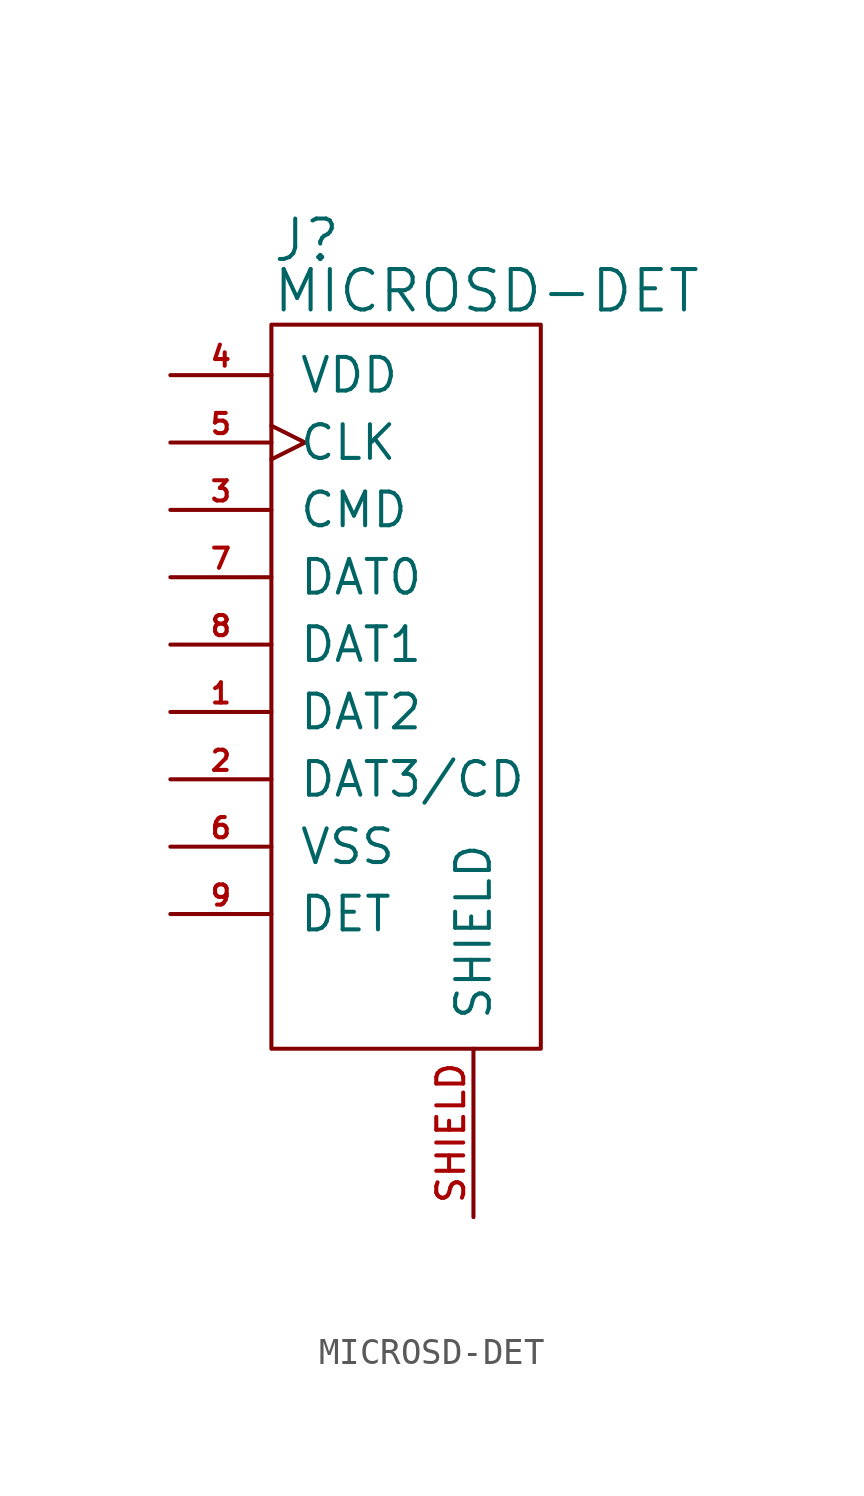
<source format=kicad_sym>
(kicad_symbol_lib
  (version 20211014)
  (generator kicad_symbol_editor)
  (symbol "MICROSD-DET"
    (pin_names
      (offset 1.016))
    (property "Reference" "J"
      (at -5.08 12.7 0)
      (effects (font (size 1.524 1.524)) (justify left)))
    (property "Value" "MICROSD-DET"
      (at -5.08 10.795 0)
      (effects (font (size 1.524 1.524)) (justify left)))
    (symbol "MICROSD-DET_0_1"
      (rectangle (start -5.08 9.525) (end 5.08 -17.78) (stroke (width 0) (type default) (color 0 0 0 0)) (fill (type none))))
    (symbol "MICROSD-DET_1_1"
      (pin bidirectional line (at -8.89 -5.08 0) (length 3.81) (name "DAT2" (effects (font (size 1.27 1.27)))) (number "1" (effects (font (size 0.762 0.762)))))
      (pin bidirectional line (at -8.89 -7.62 0) (length 3.81) (name "DAT3/CD" (effects (font (size 1.27 1.27)))) (number "2" (effects (font (size 0.762 0.762)))))
      (pin bidirectional line (at -8.89 2.54 0) (length 3.81) (name "CMD" (effects (font (size 1.27 1.27)))) (number "3" (effects (font (size 0.762 0.762)))))
      (pin power_in line (at -8.89 7.62 0) (length 3.81) (name "VDD" (effects (font (size 1.27 1.27)))) (number "4" (effects (font (size 0.762 0.762)))))
      (pin input clock (at -8.89 5.08 0) (length 3.81) (name "CLK" (effects (font (size 1.27 1.27)))) (number "5" (effects (font (size 0.762 0.762)))))
      (pin power_in line (at -8.89 -10.16 0) (length 3.81) (name "VSS" (effects (font (size 1.27 1.27)))) (number "6" (effects (font (size 0.762 0.762)))))
      (pin bidirectional line (at -8.89 0 0) (length 3.81) (name "DAT0" (effects (font (size 1.27 1.27)))) (number "7" (effects (font (size 0.762 0.762)))))
      (pin bidirectional line (at -8.89 -2.54 0) (length 3.81) (name "DAT1" (effects (font (size 1.27 1.27)))) (number "8" (effects (font (size 0.762 0.762)))))
      (pin passive line (at -8.89 -12.7 0) (length 3.81) (name "DET" (effects (font (size 1.27 1.27)))) (number "9" (effects (font (size 0.762 0.762)))))
      (pin passive line (at 2.54 -24.13 90) (length 6.35) (name "SHIELD" (effects (font (size 1.27 1.27)))) (number "SHIELD" (effects (font (size 1.016 1.016))))))))
</source>
